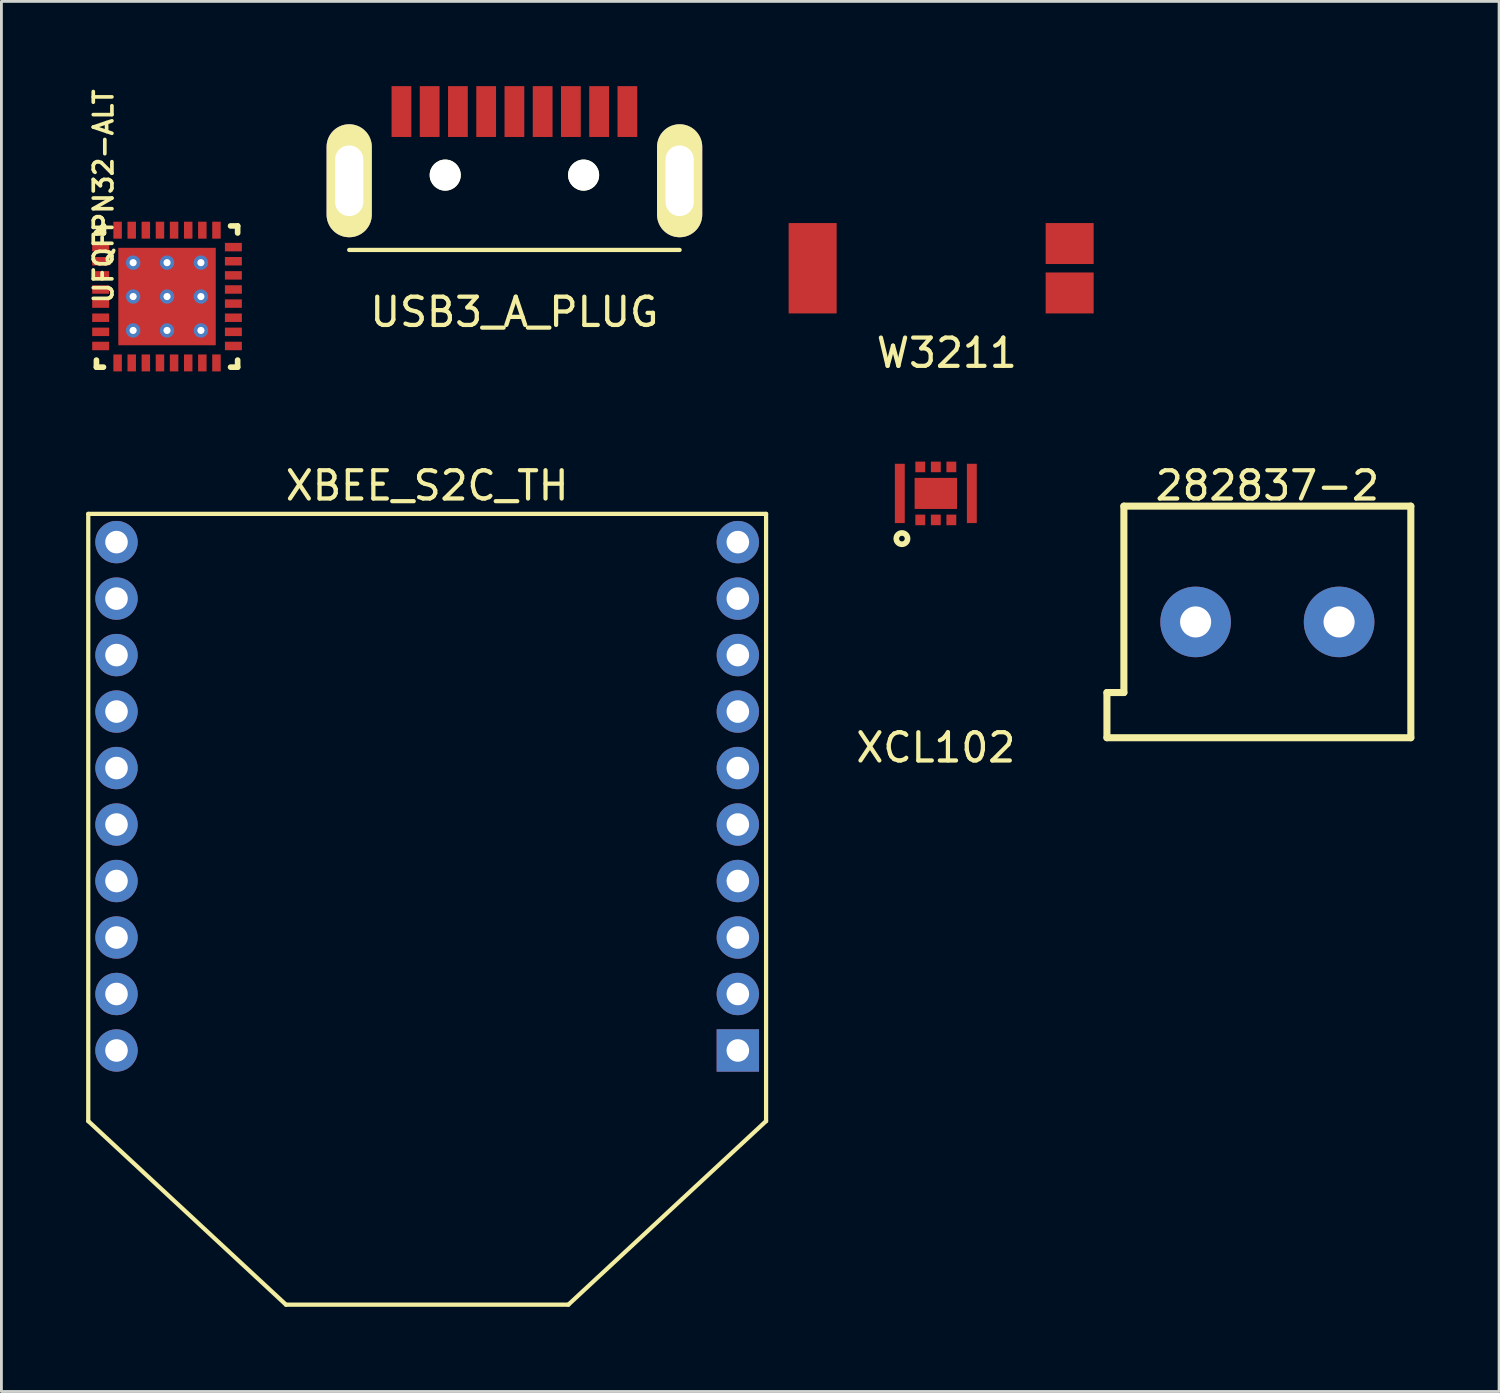
<source format=kicad_pcb>
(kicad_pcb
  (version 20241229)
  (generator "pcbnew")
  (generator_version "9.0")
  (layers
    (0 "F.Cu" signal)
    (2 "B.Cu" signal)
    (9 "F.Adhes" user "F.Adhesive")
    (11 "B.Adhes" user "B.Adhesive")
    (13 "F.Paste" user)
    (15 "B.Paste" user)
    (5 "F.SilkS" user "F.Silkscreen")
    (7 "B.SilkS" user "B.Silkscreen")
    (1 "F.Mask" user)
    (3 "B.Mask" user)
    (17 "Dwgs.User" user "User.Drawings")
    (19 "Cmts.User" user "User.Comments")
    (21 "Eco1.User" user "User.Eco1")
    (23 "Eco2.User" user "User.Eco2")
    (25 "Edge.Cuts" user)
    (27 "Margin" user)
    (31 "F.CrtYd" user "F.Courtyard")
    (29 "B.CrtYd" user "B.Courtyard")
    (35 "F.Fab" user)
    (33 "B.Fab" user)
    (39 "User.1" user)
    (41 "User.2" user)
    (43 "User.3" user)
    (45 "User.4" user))
  (footprint "XBEE_S2C_TH"
    (layer "F.Cu")
    (at 12.075 25.145)
    (property "Reference" "XBEE_S2C_TH" (at 0 -11 0) (layer "F.SilkS") (effects (font (size 1 1) (thickness 0.15))))
    (attr through_hole)
    (fp_line (start -12 -10) (end -12 11.5) (stroke (width 0.15) (type solid)) (layer "F.SilkS"))
    (fp_line (start -5 18) (end -12 11.5) (stroke (width 0.15) (type solid)) (layer "F.SilkS"))
    (fp_line (start 5 18) (end -5 18) (stroke (width 0.15) (type solid)) (layer "F.SilkS"))
    (fp_line (start 12 -10) (end -12 -10) (stroke (width 0.15) (type solid)) (layer "F.SilkS"))
    (fp_line (start 12 -10) (end 12 11.5) (stroke (width 0.15) (type solid)) (layer "F.SilkS"))
    (fp_line (start 12 11.5) (end 5 18) (stroke (width 0.15) (type solid)) (layer "F.SilkS"))
    (pad "1" thru_hole rect (at 11 9) (size 1.5 1.5) (drill 0.8) (layers "*.Cu" "*.Mask"))
    (pad "2" thru_hole circle (at 11 7) (size 1.5 1.5) (drill 0.8) (layers "*.Cu" "*.Mask"))
    (pad "3" thru_hole circle (at 11 5) (size 1.5 1.5) (drill 0.8) (layers "*.Cu" "*.Mask"))
    (pad "4" thru_hole circle (at 11 3) (size 1.5 1.5) (drill 0.8) (layers "*.Cu" "*.Mask"))
    (pad "5" thru_hole circle (at 11 1) (size 1.5 1.5) (drill 0.8) (layers "*.Cu" "*.Mask"))
    (pad "6" thru_hole circle (at 11 -1) (size 1.5 1.5) (drill 0.8) (layers "*.Cu" "*.Mask"))
    (pad "7" thru_hole circle (at 11 -3) (size 1.5 1.5) (drill 0.8) (layers "*.Cu" "*.Mask"))
    (pad "8" thru_hole circle (at 11 -5) (size 1.5 1.5) (drill 0.8) (layers "*.Cu" "*.Mask"))
    (pad "9" thru_hole circle (at 11 -7) (size 1.5 1.5) (drill 0.8) (layers "*.Cu" "*.Mask"))
    (pad "10" thru_hole circle (at 11 -9) (size 1.5 1.5) (drill 0.8) (layers "*.Cu" "*.Mask"))
    (pad "11" thru_hole circle (at -11 -9) (size 1.5 1.5) (drill 0.8) (layers "*.Cu" "*.Mask"))
    (pad "12" thru_hole circle (at -11 -7) (size 1.5 1.5) (drill 0.8) (layers "*.Cu" "*.Mask"))
    (pad "13" thru_hole circle (at -11 -5) (size 1.5 1.5) (drill 0.8) (layers "*.Cu" "*.Mask"))
    (pad "14" thru_hole circle (at -11 -3) (size 1.5 1.5) (drill 0.8) (layers "*.Cu" "*.Mask"))
    (pad "15" thru_hole circle (at -11 -1) (size 1.5 1.5) (drill 0.8) (layers "*.Cu" "*.Mask"))
    (pad "16" thru_hole circle (at -11 1) (size 1.5 1.5) (drill 0.8) (layers "*.Cu" "*.Mask"))
    (pad "17" thru_hole circle (at -11 3) (size 1.5 1.5) (drill 0.8) (layers "*.Cu" "*.Mask"))
    (pad "18" thru_hole circle (at -11 5) (size 1.5 1.5) (drill 0.8) (layers "*.Cu" "*.Mask"))
    (pad "19" thru_hole circle (at -11 7) (size 1.5 1.5) (drill 0.8) (layers "*.Cu" "*.Mask"))
    (pad "20" thru_hole circle (at -11 9) (size 1.5 1.5) (drill 0.8) (layers "*.Cu" "*.Mask")))
  (footprint "XCL102"
    (layer "F.Cu")
    (at 30.085 14.421)
    (property "Reference" "XCL102" (at 0 9 0) (layer "F.SilkS") (effects (font (size 1 1) (thickness 0.15))))
    (attr through_hole)
    (fp_circle (center -1.2 1.6) (end -1.2 1.4) (stroke (width 0.2) (type solid)) (fill no) (layer "F.SilkS"))
    (pad "1" smd rect (at -0.55 0.938) (size 0.3 0.3) (layers "F.Cu" "F.Paste"))
    (pad "1" smd rect (at -0.55 0.938) (size 0.35 0.375) (layers "F.Cu" "F.Mask"))
    (pad "2" smd rect (at -0.45 0) (size 0.4 0.9) (layers "F.Cu" "F.Paste"))
    (pad "2" smd rect (at 0 0) (size 1.5 1.1) (layers "F.Cu" "F.Mask"))
    (pad "2" smd rect (at 0 0.938) (size 0.3 0.3) (layers "F.Cu" "F.Paste"))
    (pad "2" smd rect (at 0 0.938) (size 0.35 0.375) (layers "F.Cu" "F.Mask"))
    (pad "2" smd rect (at 0.45 0) (size 0.4 0.9) (layers "F.Cu" "F.Paste"))
    (pad "3" smd rect (at 0.55 0.938) (size 0.3 0.3) (layers "F.Cu" "F.Paste"))
    (pad "3" smd rect (at 0.55 0.938) (size 0.35 0.375) (layers "F.Cu" "F.Mask"))
    (pad "4" smd rect (at 0.55 -0.938) (size 0.3 0.3) (layers "F.Cu" "F.Paste"))
    (pad "4" smd rect (at 0.55 -0.938) (size 0.35 0.375) (layers "F.Cu" "F.Mask"))
    (pad "5" smd rect (at 0 -0.938) (size 0.3 0.3) (layers "F.Cu" "F.Paste"))
    (pad "5" smd rect (at 0 -0.938) (size 0.35 0.375) (layers "F.Cu" "F.Mask"))
    (pad "6" smd rect (at -0.55 -0.938) (size 0.3 0.3) (layers "F.Cu" "F.Paste"))
    (pad "6" smd rect (at -0.55 -0.938) (size 0.35 0.375) (layers "F.Cu" "F.Mask"))
    (pad "7" smd rect (at -1.275 0) (size 0.275 2.05) (layers "F.Cu" "F.Paste"))
    (pad "7" smd rect (at -1.275 0) (size 0.35 2.1) (layers "F.Cu" "F.Mask"))
    (pad "8" smd rect (at 1.275 0) (size 0.275 2.05) (layers "F.Cu" "F.Paste"))
    (pad "8" smd rect (at 1.275 0) (size 0.35 2.1) (layers "F.Cu" "F.Mask")))
  (footprint "USB3_A_PLUG"
    (layer "F.Cu")
    (at 15.164 3.15)
    (property "Reference" "USB3_A_PLUG" (at 0 4.85 0) (layer "F.SilkS") (effects (font (size 1 1) (thickness 0.15))))
    (attr through_hole)
    (fp_line (start -5.85 2.65) (end 5.85 2.65) (stroke (width 0.15) (type solid)) (layer "F.SilkS"))
    (pad "" np_thru_hole circle (at -2.45 0) (size 1.1 1.1) (drill 1.1) (layers "*.Cu" "*.Mask" "F.SilkS"))
    (pad "" np_thru_hole circle (at 2.45 0) (size 1.1 1.1) (drill 1.1) (layers "*.Cu" "*.Mask" "F.SilkS"))
    (pad "1" smd rect (at 3 -2.25) (size 0.7 1.8) (layers "F.Cu" "F.Mask" "F.Paste"))
    (pad "2" smd rect (at 1 -2.25) (size 0.7 1.8) (layers "F.Cu" "F.Mask" "F.Paste"))
    (pad "3" smd rect (at -1 -2.25) (size 0.7 1.8) (layers "F.Cu" "F.Mask" "F.Paste"))
    (pad "4" smd rect (at -3 -2.25) (size 0.7 1.8) (layers "F.Cu" "F.Mask" "F.Paste"))
    (pad "5" smd rect (at -4 -2.25) (size 0.7 1.8) (layers "F.Cu" "F.Mask" "F.Paste"))
    (pad "6" smd rect (at -2 -2.25) (size 0.7 1.8) (layers "F.Cu" "F.Mask" "F.Paste"))
    (pad "7" smd rect (at 0 -2.25) (size 0.7 1.8) (layers "F.Cu" "F.Mask" "F.Paste"))
    (pad "8" smd rect (at 2 -2.25) (size 0.7 1.8) (layers "F.Cu" "F.Mask" "F.Paste"))
    (pad "9" smd rect (at 4 -2.25) (size 0.7 1.8) (layers "F.Cu" "F.Mask" "F.Paste"))
    (pad "10" thru_hole oval (at 5.85 0.2) (size 1.6 4) (drill oval 1 2.5) (layers "*.Cu" "*.Mask" "F.SilkS"))
    (pad "11" thru_hole oval (at -5.85 0.2) (size 1.6 4) (drill oval 1 2.5) (layers "*.Cu" "*.Mask" "F.SilkS")))
  (footprint "UFQFPN32-ALT"
    (layer "F.Cu")
    (at 2.864 7.45)
    (property "Reference" "UFQFPN32-ALT" (at -2.25 -3.55 90) (layer "F.SilkS") (effects (font (size 0.66 0.66) (thickness 0.13))))
    (attr through_hole)
    (fp_line (start -2.5 -2.25) (end -2.25 -2.25) (stroke (width 0.2) (type solid)) (layer "F.SilkS"))
    (fp_line (start -2.5 2.25) (end -2.5 2.5) (stroke (width 0.2) (type solid)) (layer "F.SilkS"))
    (fp_line (start -2.5 2.5) (end -2.25 2.5) (stroke (width 0.2) (type solid)) (layer "F.SilkS"))
    (fp_line (start -2.25 -2.5) (end -2.5 -2.25) (stroke (width 0.2) (type solid)) (layer "F.SilkS"))
    (fp_line (start -2.25 -2.25) (end -2.25 -2.5) (stroke (width 0.2) (type solid)) (layer "F.SilkS"))
    (fp_line (start 2.25 -2.5) (end 2.5 -2.5) (stroke (width 0.2) (type solid)) (layer "F.SilkS"))
    (fp_line (start 2.25 2.5) (end 2.5 2.5) (stroke (width 0.2) (type solid)) (layer "F.SilkS"))
    (fp_line (start 2.5 -2.25) (end 2.5 -2.5) (stroke (width 0.2) (type solid)) (layer "F.SilkS"))
    (fp_line (start 2.5 2.5) (end 2.5 2.25) (stroke (width 0.2) (type solid)) (layer "F.SilkS"))
    (pad "" smd rect (at -0.9 -0.9) (size 1.4 1.4) (layers "F.Paste"))
    (pad "" smd rect (at -0.9 0.9) (size 1.4 1.4) (layers "F.Paste"))
    (pad "" smd rect (at 0.9 -0.9) (size 1.4 1.4) (layers "F.Paste"))
    (pad "" smd rect (at 0.9 0.9) (size 1.4 1.4) (layers "F.Paste"))
    (pad "1" smd rect (at -2.35 -1.75 90) (size 0.3 0.6) (layers "F.Cu" "F.Mask" "F.Paste"))
    (pad "2" smd rect (at -2.35 -1.25 90) (size 0.3 0.6) (layers "F.Cu" "F.Mask" "F.Paste"))
    (pad "3" smd rect (at -2.35 -0.75 90) (size 0.3 0.6) (layers "F.Cu" "F.Mask" "F.Paste"))
    (pad "4" smd rect (at -2.35 -0.25 90) (size 0.3 0.6) (layers "F.Cu" "F.Mask" "F.Paste"))
    (pad "5" smd rect (at -2.35 0.25 90) (size 0.3 0.6) (layers "F.Cu" "F.Mask" "F.Paste"))
    (pad "6" smd rect (at -2.35 0.75 90) (size 0.3 0.6) (layers "F.Cu" "F.Mask" "F.Paste"))
    (pad "7" smd rect (at -2.35 1.25 90) (size 0.3 0.6) (layers "F.Cu" "F.Mask" "F.Paste"))
    (pad "8" smd rect (at -2.35 1.75 90) (size 0.3 0.6) (layers "F.Cu" "F.Mask" "F.Paste"))
    (pad "9" smd rect (at -1.75 2.35 180) (size 0.3 0.6) (layers "F.Cu" "F.Mask" "F.Paste"))
    (pad "10" smd rect (at -1.25 2.35) (size 0.3 0.6) (layers "F.Cu" "F.Mask" "F.Paste"))
    (pad "11" smd rect (at -0.75 2.35 180) (size 0.3 0.6) (layers "F.Cu" "F.Mask" "F.Paste"))
    (pad "12" smd rect (at -0.25 2.35 180) (size 0.3 0.6) (layers "F.Cu" "F.Mask" "F.Paste"))
    (pad "13" smd rect (at 0.25 2.35 180) (size 0.3 0.6) (layers "F.Cu" "F.Mask" "F.Paste"))
    (pad "14" smd rect (at 0.75 2.35 180) (size 0.3 0.6) (layers "F.Cu" "F.Mask" "F.Paste"))
    (pad "15" smd rect (at 1.25 2.35 180) (size 0.3 0.6) (layers "F.Cu" "F.Mask" "F.Paste"))
    (pad "16" smd rect (at 1.75 2.35 180) (size 0.3 0.6) (layers "F.Cu" "F.Mask" "F.Paste"))
    (pad "17" smd rect (at 2.35 1.75 90) (size 0.3 0.6) (layers "F.Cu" "F.Mask" "F.Paste"))
    (pad "18" smd rect (at 2.35 1.25 90) (size 0.3 0.6) (layers "F.Cu" "F.Mask" "F.Paste"))
    (pad "19" smd rect (at 2.35 0.75 90) (size 0.3 0.6) (layers "F.Cu" "F.Mask" "F.Paste"))
    (pad "20" smd rect (at 2.35 0.25 90) (size 0.3 0.6) (layers "F.Cu" "F.Mask" "F.Paste"))
    (pad "21" smd rect (at 2.35 -0.25 90) (size 0.3 0.6) (layers "F.Cu" "F.Mask" "F.Paste"))
    (pad "22" smd rect (at 2.35 -0.75 90) (size 0.3 0.6) (layers "F.Cu" "F.Mask" "F.Paste"))
    (pad "23" smd rect (at 2.35 -1.25 90) (size 0.3 0.6) (layers "F.Cu" "F.Mask" "F.Paste"))
    (pad "24" smd rect (at 2.35 -1.75 90) (size 0.3 0.6) (layers "F.Cu" "F.Mask" "F.Paste"))
    (pad "25" smd rect (at 1.75 -2.35 180) (size 0.3 0.6) (layers "F.Cu" "F.Mask" "F.Paste"))
    (pad "26" smd rect (at 1.25 -2.35 180) (size 0.3 0.6) (layers "F.Cu" "F.Mask" "F.Paste"))
    (pad "27" smd rect (at 0.75 -2.35 180) (size 0.3 0.6) (layers "F.Cu" "F.Mask" "F.Paste"))
    (pad "28" smd rect (at 0.25 -2.35 180) (size 0.3 0.6) (layers "F.Cu" "F.Mask" "F.Paste"))
    (pad "29" smd rect (at -0.25 -2.35 180) (size 0.3 0.6) (layers "F.Cu" "F.Mask" "F.Paste"))
    (pad "30" smd rect (at -0.75 -2.35) (size 0.3 0.6) (layers "F.Cu" "F.Mask" "F.Paste"))
    (pad "31" smd rect (at -1.25 -2.35 180) (size 0.3 0.6) (layers "F.Cu" "F.Mask" "F.Paste"))
    (pad "32" smd rect (at -1.75 -2.35 180) (size 0.3 0.6) (layers "F.Cu" "F.Mask" "F.Paste"))
    (pad "32" thru_hole circle (at -1.2 -1.2) (size 0.508 0.508) (drill 0.254) (layers "*.Cu"))
    (pad "32" thru_hole circle (at -1.2 0) (size 0.508 0.508) (drill 0.254) (layers "*.Cu"))
    (pad "32" thru_hole circle (at -1.2 1.2) (size 0.508 0.508) (drill 0.254) (layers "*.Cu"))
    (pad "32" thru_hole circle (at 0 -1.2) (size 0.508 0.508) (drill 0.254) (layers "*.Cu"))
    (pad "32" thru_hole circle (at 0 0) (size 0.508 0.508) (drill 0.254) (layers "*.Cu"))
    (pad "32" smd rect (at 0 0) (size 3.45 3.45) (layers "F.Cu" "F.Mask"))
    (pad "32" thru_hole circle (at 0 1.2) (size 0.508 0.508) (drill 0.254) (layers "*.Cu"))
    (pad "32" thru_hole circle (at 1.2 -1.2) (size 0.508 0.508) (drill 0.254) (layers "*.Cu"))
    (pad "32" thru_hole circle (at 1.2 0) (size 0.508 0.508) (drill 0.254) (layers "*.Cu"))
    (pad "32" thru_hole circle (at 1.2 1.2) (size 0.508 0.508) (drill 0.254) (layers "*.Cu")))
  (footprint "W3211"
    (layer "F.Cu")
    (at 30.274 6.448)
    (property "Reference" "W3211" (at 0.2 3 0) (layer "F.SilkS") (effects (font (size 1 1) (thickness 0.15))))
    (attr through_hole)
    (fp_line (start -5.4 -6.25) (end -5.4 2) (stroke (width 0.12) (type solid)) (layer "Eco1.User"))
    (fp_line (start 5.4 -6.25) (end -5.4 -6.25) (stroke (width 0.12) (type solid)) (layer "Eco1.User"))
    (fp_line (start 5.4 2) (end -5.4 2) (stroke (width 0.12) (type solid)) (layer "Eco1.User"))
    (fp_line (start 5.4 2) (end 5.4 -6.25) (stroke (width 0.12) (type solid)) (layer "Eco1.User"))
    (fp_text user "bottom" (at 0 -4.2 0) (layer "Eco1.User") (effects (font (size 1 1) (thickness 0.15))))
    (fp_text user "ground on" (at 0 -5.6 0) (layer "Eco1.User") (effects (font (size 1 1) (thickness 0.15))))
    (fp_text user "layer only" (at 0 -3 0) (layer "Eco1.User") (effects (font (size 1 1) (thickness 0.15))))
    (pad "1" smd rect (at 4.55 -0.875) (size 1.7 1.45) (layers "F.Cu" "F.Mask" "F.Paste"))
    (pad "2" smd rect (at -4.55 0) (size 1.7 3.2) (layers "F.Cu" "F.Mask" "F.Paste"))
    (pad "2" smd rect (at 4.55 0.875) (size 1.7 1.45) (layers "F.Cu" "F.Mask" "F.Paste")))
  (footprint "‎282837-2‎"
    (layer "F.Cu")
    (at 41.824 18.971)
    (property "Reference" "‎282837-2‎" (at 0 -4.826 0) (layer "F.SilkS") (effects (font (size 1 1) (thickness 0.15))))
    (attr through_hole)
    (fp_line (start -5.68 4.1) (end -5.68 2.5) (stroke (width 0.25) (type solid)) (layer "F.SilkS"))
    (fp_line (start -5.68 4.1) (end 5.08 4.1) (stroke (width 0.25) (type solid)) (layer "F.SilkS"))
    (fp_line (start -5.08 -4.1) (end -5.08 2.5) (stroke (width 0.25) (type solid)) (layer "F.SilkS"))
    (fp_line (start -5.08 2.5) (end -5.68 2.5) (stroke (width 0.25) (type solid)) (layer "F.SilkS"))
    (fp_line (start 5.08 -4.1) (end -5.08 -4.1) (stroke (width 0.25) (type solid)) (layer "F.SilkS"))
    (fp_line (start 5.08 -4.1) (end 5.08 4.1) (stroke (width 0.25) (type solid)) (layer "F.SilkS"))
    (pad "1" thru_hole circle (at -2.54 0) (size 2.5 2.5) (drill 1.1) (layers "*.Cu" "*.Mask"))
    (pad "2" thru_hole circle (at 2.54 0) (size 2.5 2.5) (drill 1.1) (layers "*.Cu" "*.Mask")))
  (gr_rect
    (start -3 -3)
    (end 50.029 46.22)
    (stroke (width 0.1) (type default))
    (fill no)
    (layer "Edge.Cuts")))
</source>
